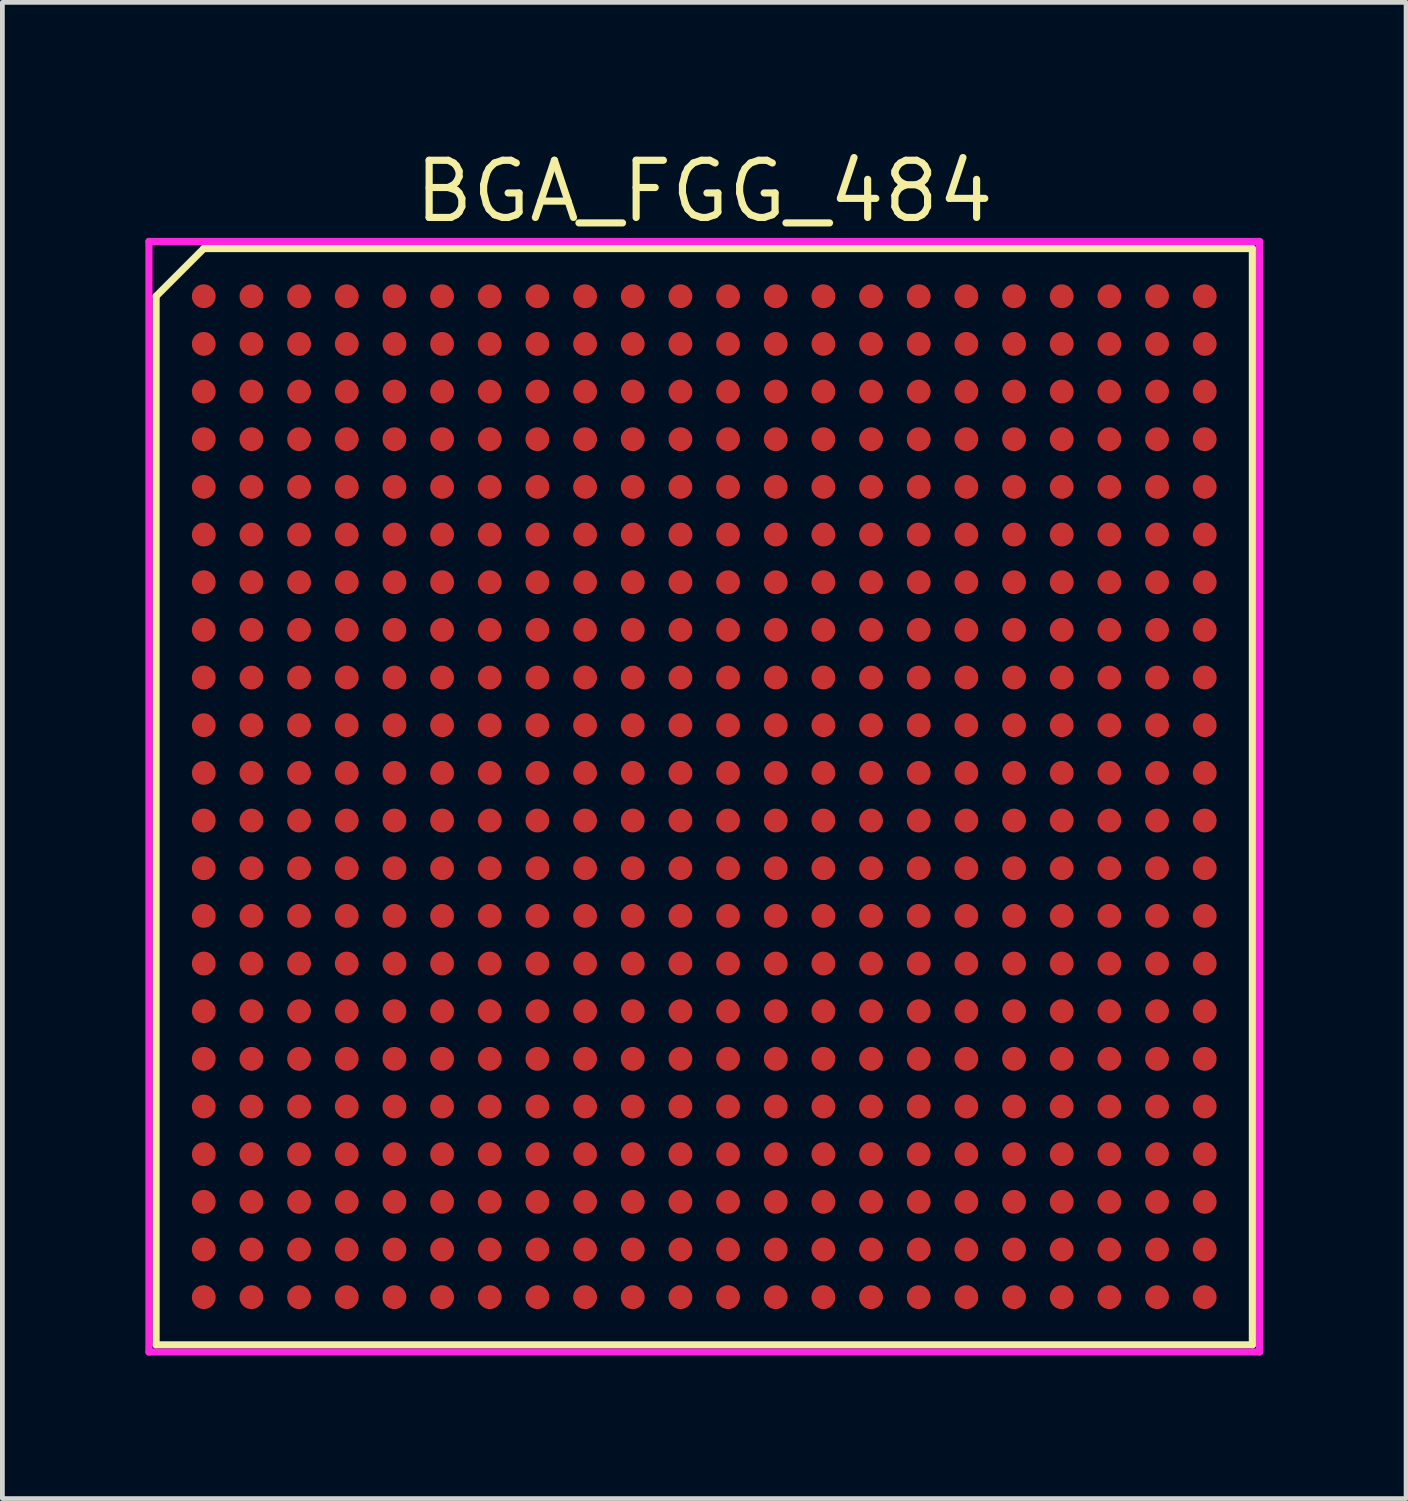
<source format=kicad_pcb>
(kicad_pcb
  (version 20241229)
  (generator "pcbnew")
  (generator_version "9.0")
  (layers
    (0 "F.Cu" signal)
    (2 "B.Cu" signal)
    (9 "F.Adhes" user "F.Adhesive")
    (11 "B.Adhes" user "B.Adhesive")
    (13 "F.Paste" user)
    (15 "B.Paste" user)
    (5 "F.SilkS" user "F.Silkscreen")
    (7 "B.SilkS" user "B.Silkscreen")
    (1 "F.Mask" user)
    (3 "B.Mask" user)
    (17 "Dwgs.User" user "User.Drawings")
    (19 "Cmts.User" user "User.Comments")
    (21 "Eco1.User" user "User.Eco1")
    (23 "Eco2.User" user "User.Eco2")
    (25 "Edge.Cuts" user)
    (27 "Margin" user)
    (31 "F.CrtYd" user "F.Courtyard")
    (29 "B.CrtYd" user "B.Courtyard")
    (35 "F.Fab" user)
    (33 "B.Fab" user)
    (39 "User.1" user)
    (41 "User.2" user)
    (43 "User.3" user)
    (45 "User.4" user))
  (footprint "BGA_FGG_484"
    (layer "F.Cu")
    (at 11.725 13.665)
    (property "Reference" "BGA_FGG_484" (at 0 -12.7 0) (layer "F.SilkS") (effects (font (size 1.2 1.2) (thickness 0.15))))
    (attr through_hole)
    (fp_line (start -11.5 -10.5) (end -11.5 11.5) (stroke (width 0.15) (type solid)) (layer "F.SilkS"))
    (fp_line (start -11.5 11.5) (end 11.5 11.5) (stroke (width 0.15) (type solid)) (layer "F.SilkS"))
    (fp_line (start -10.5 -11.5) (end -11.5 -10.5) (stroke (width 0.15) (type solid)) (layer "F.SilkS"))
    (fp_line (start 11.5 -11.5) (end -10.5 -11.5) (stroke (width 0.15) (type solid)) (layer "F.SilkS"))
    (fp_line (start 11.5 11.5) (end 11.5 -11.5) (stroke (width 0.15) (type solid)) (layer "F.SilkS"))
    (fp_line (start -11.65 -11.65) (end 11.65 -11.65) (stroke (width 0.15) (type solid)) (layer "F.CrtYd"))
    (fp_line (start -11.65 11.65) (end -11.65 -11.65) (stroke (width 0.15) (type solid)) (layer "F.CrtYd"))
    (fp_line (start 11.65 -11.65) (end 11.65 11.65) (stroke (width 0.15) (type solid)) (layer "F.CrtYd"))
    (fp_line (start 11.65 11.65) (end -11.65 11.65) (stroke (width 0.15) (type solid)) (layer "F.CrtYd"))
    (pad "A1" smd circle (at -10.5 -10.5) (size 0.5 0.5) (layers "F.Cu" "F.Mask" "F.Paste"))
    (pad "A2" smd circle (at -9.5 -10.5) (size 0.5 0.5) (layers "F.Cu" "F.Mask" "F.Paste"))
    (pad "A3" smd circle (at -8.5 -10.5) (size 0.5 0.5) (layers "F.Cu" "F.Mask" "F.Paste"))
    (pad "A4" smd circle (at -7.5 -10.5) (size 0.5 0.5) (layers "F.Cu" "F.Mask" "F.Paste"))
    (pad "A5" smd circle (at -6.5 -10.5) (size 0.5 0.5) (layers "F.Cu" "F.Mask" "F.Paste"))
    (pad "A6" smd circle (at -5.5 -10.5) (size 0.5 0.5) (layers "F.Cu" "F.Mask" "F.Paste"))
    (pad "A7" smd circle (at -4.5 -10.5) (size 0.5 0.5) (layers "F.Cu" "F.Mask" "F.Paste"))
    (pad "A8" smd circle (at -3.5 -10.5) (size 0.5 0.5) (layers "F.Cu" "F.Mask" "F.Paste"))
    (pad "A9" smd circle (at -2.5 -10.5) (size 0.5 0.5) (layers "F.Cu" "F.Mask" "F.Paste"))
    (pad "A10" smd circle (at -1.5 -10.5) (size 0.5 0.5) (layers "F.Cu" "F.Mask" "F.Paste"))
    (pad "A11" smd circle (at -0.5 -10.5) (size 0.5 0.5) (layers "F.Cu" "F.Mask" "F.Paste"))
    (pad "A12" smd circle (at 0.5 -10.5) (size 0.5 0.5) (layers "F.Cu" "F.Mask" "F.Paste"))
    (pad "A13" smd circle (at 1.5 -10.5) (size 0.5 0.5) (layers "F.Cu" "F.Mask" "F.Paste"))
    (pad "A14" smd circle (at 2.5 -10.5) (size 0.5 0.5) (layers "F.Cu" "F.Mask" "F.Paste"))
    (pad "A15" smd circle (at 3.5 -10.5) (size 0.5 0.5) (layers "F.Cu" "F.Mask" "F.Paste"))
    (pad "A16" smd circle (at 4.5 -10.5) (size 0.5 0.5) (layers "F.Cu" "F.Mask" "F.Paste"))
    (pad "A17" smd circle (at 5.5 -10.5) (size 0.5 0.5) (layers "F.Cu" "F.Mask" "F.Paste"))
    (pad "A18" smd circle (at 6.5 -10.5) (size 0.5 0.5) (layers "F.Cu" "F.Mask" "F.Paste"))
    (pad "A19" smd circle (at 7.5 -10.5) (size 0.5 0.5) (layers "F.Cu" "F.Mask" "F.Paste"))
    (pad "A20" smd circle (at 8.5 -10.5) (size 0.5 0.5) (layers "F.Cu" "F.Mask" "F.Paste"))
    (pad "A21" smd circle (at 9.5 -10.5) (size 0.5 0.5) (layers "F.Cu" "F.Mask" "F.Paste"))
    (pad "A22" smd circle (at 10.5 -10.5) (size 0.5 0.5) (layers "F.Cu" "F.Mask" "F.Paste"))
    (pad "AA1" smd circle (at -10.5 9.5) (size 0.5 0.5) (layers "F.Cu" "F.Mask" "F.Paste"))
    (pad "AA2" smd circle (at -9.5 9.5) (size 0.5 0.5) (layers "F.Cu" "F.Mask" "F.Paste"))
    (pad "AA3" smd circle (at -8.5 9.5) (size 0.5 0.5) (layers "F.Cu" "F.Mask" "F.Paste"))
    (pad "AA4" smd circle (at -7.5 9.5) (size 0.5 0.5) (layers "F.Cu" "F.Mask" "F.Paste"))
    (pad "AA5" smd circle (at -6.5 9.5) (size 0.5 0.5) (layers "F.Cu" "F.Mask" "F.Paste"))
    (pad "AA6" smd circle (at -5.5 9.5) (size 0.5 0.5) (layers "F.Cu" "F.Mask" "F.Paste"))
    (pad "AA7" smd circle (at -4.5 9.5) (size 0.5 0.5) (layers "F.Cu" "F.Mask" "F.Paste"))
    (pad "AA8" smd circle (at -3.5 9.5) (size 0.5 0.5) (layers "F.Cu" "F.Mask" "F.Paste"))
    (pad "AA9" smd circle (at -2.5 9.5) (size 0.5 0.5) (layers "F.Cu" "F.Mask" "F.Paste"))
    (pad "AA10" smd circle (at -1.5 9.5) (size 0.5 0.5) (layers "F.Cu" "F.Mask" "F.Paste"))
    (pad "AA11" smd circle (at -0.5 9.5) (size 0.5 0.5) (layers "F.Cu" "F.Mask" "F.Paste"))
    (pad "AA12" smd circle (at 0.5 9.5) (size 0.5 0.5) (layers "F.Cu" "F.Mask" "F.Paste"))
    (pad "AA13" smd circle (at 1.5 9.5) (size 0.5 0.5) (layers "F.Cu" "F.Mask" "F.Paste"))
    (pad "AA14" smd circle (at 2.5 9.5) (size 0.5 0.5) (layers "F.Cu" "F.Mask" "F.Paste"))
    (pad "AA15" smd circle (at 3.5 9.5) (size 0.5 0.5) (layers "F.Cu" "F.Mask" "F.Paste"))
    (pad "AA16" smd circle (at 4.5 9.5) (size 0.5 0.5) (layers "F.Cu" "F.Mask" "F.Paste"))
    (pad "AA17" smd circle (at 5.5 9.5) (size 0.5 0.5) (layers "F.Cu" "F.Mask" "F.Paste"))
    (pad "AA18" smd circle (at 6.5 9.5) (size 0.5 0.5) (layers "F.Cu" "F.Mask" "F.Paste"))
    (pad "AA19" smd circle (at 7.5 9.5) (size 0.5 0.5) (layers "F.Cu" "F.Mask" "F.Paste"))
    (pad "AA20" smd circle (at 8.5 9.5) (size 0.5 0.5) (layers "F.Cu" "F.Mask" "F.Paste"))
    (pad "AA21" smd circle (at 9.5 9.5) (size 0.5 0.5) (layers "F.Cu" "F.Mask" "F.Paste"))
    (pad "AA22" smd circle (at 10.5 9.5) (size 0.5 0.5) (layers "F.Cu" "F.Mask" "F.Paste"))
    (pad "AB1" smd circle (at -10.5 10.5) (size 0.5 0.5) (layers "F.Cu" "F.Mask" "F.Paste"))
    (pad "AB2" smd circle (at -9.5 10.5) (size 0.5 0.5) (layers "F.Cu" "F.Mask" "F.Paste"))
    (pad "AB3" smd circle (at -8.5 10.5) (size 0.5 0.5) (layers "F.Cu" "F.Mask" "F.Paste"))
    (pad "AB4" smd circle (at -7.5 10.5) (size 0.5 0.5) (layers "F.Cu" "F.Mask" "F.Paste"))
    (pad "AB5" smd circle (at -6.5 10.5) (size 0.5 0.5) (layers "F.Cu" "F.Mask" "F.Paste"))
    (pad "AB6" smd circle (at -5.5 10.5) (size 0.5 0.5) (layers "F.Cu" "F.Mask" "F.Paste"))
    (pad "AB7" smd circle (at -4.5 10.5) (size 0.5 0.5) (layers "F.Cu" "F.Mask" "F.Paste"))
    (pad "AB8" smd circle (at -3.5 10.5) (size 0.5 0.5) (layers "F.Cu" "F.Mask" "F.Paste"))
    (pad "AB9" smd circle (at -2.5 10.5) (size 0.5 0.5) (layers "F.Cu" "F.Mask" "F.Paste"))
    (pad "AB10" smd circle (at -1.5 10.5) (size 0.5 0.5) (layers "F.Cu" "F.Mask" "F.Paste"))
    (pad "AB11" smd circle (at -0.5 10.5) (size 0.5 0.5) (layers "F.Cu" "F.Mask" "F.Paste"))
    (pad "AB12" smd circle (at 0.5 10.5) (size 0.5 0.5) (layers "F.Cu" "F.Mask" "F.Paste"))
    (pad "AB13" smd circle (at 1.5 10.5) (size 0.5 0.5) (layers "F.Cu" "F.Mask" "F.Paste"))
    (pad "AB14" smd circle (at 2.5 10.5) (size 0.5 0.5) (layers "F.Cu" "F.Mask" "F.Paste"))
    (pad "AB15" smd circle (at 3.5 10.5) (size 0.5 0.5) (layers "F.Cu" "F.Mask" "F.Paste"))
    (pad "AB16" smd circle (at 4.5 10.5) (size 0.5 0.5) (layers "F.Cu" "F.Mask" "F.Paste"))
    (pad "AB17" smd circle (at 5.5 10.5) (size 0.5 0.5) (layers "F.Cu" "F.Mask" "F.Paste"))
    (pad "AB18" smd circle (at 6.5 10.5) (size 0.5 0.5) (layers "F.Cu" "F.Mask" "F.Paste"))
    (pad "AB19" smd circle (at 7.5 10.5) (size 0.5 0.5) (layers "F.Cu" "F.Mask" "F.Paste"))
    (pad "AB20" smd circle (at 8.5 10.5) (size 0.5 0.5) (layers "F.Cu" "F.Mask" "F.Paste"))
    (pad "AB21" smd circle (at 9.5 10.5) (size 0.5 0.5) (layers "F.Cu" "F.Mask" "F.Paste"))
    (pad "AB22" smd circle (at 10.5 10.5) (size 0.5 0.5) (layers "F.Cu" "F.Mask" "F.Paste"))
    (pad "B1" smd circle (at -10.5 -9.5) (size 0.5 0.5) (layers "F.Cu" "F.Mask" "F.Paste"))
    (pad "B2" smd circle (at -9.5 -9.5) (size 0.5 0.5) (layers "F.Cu" "F.Mask" "F.Paste"))
    (pad "B3" smd circle (at -8.5 -9.5) (size 0.5 0.5) (layers "F.Cu" "F.Mask" "F.Paste"))
    (pad "B4" smd circle (at -7.5 -9.5) (size 0.5 0.5) (layers "F.Cu" "F.Mask" "F.Paste"))
    (pad "B5" smd circle (at -6.5 -9.5) (size 0.5 0.5) (layers "F.Cu" "F.Mask" "F.Paste"))
    (pad "B6" smd circle (at -5.5 -9.5) (size 0.5 0.5) (layers "F.Cu" "F.Mask" "F.Paste"))
    (pad "B7" smd circle (at -4.5 -9.5) (size 0.5 0.5) (layers "F.Cu" "F.Mask" "F.Paste"))
    (pad "B8" smd circle (at -3.5 -9.5) (size 0.5 0.5) (layers "F.Cu" "F.Mask" "F.Paste"))
    (pad "B9" smd circle (at -2.5 -9.5) (size 0.5 0.5) (layers "F.Cu" "F.Mask" "F.Paste"))
    (pad "B10" smd circle (at -1.5 -9.5) (size 0.5 0.5) (layers "F.Cu" "F.Mask" "F.Paste"))
    (pad "B11" smd circle (at -0.5 -9.5) (size 0.5 0.5) (layers "F.Cu" "F.Mask" "F.Paste"))
    (pad "B12" smd circle (at 0.5 -9.5) (size 0.5 0.5) (layers "F.Cu" "F.Mask" "F.Paste"))
    (pad "B13" smd circle (at 1.5 -9.5) (size 0.5 0.5) (layers "F.Cu" "F.Mask" "F.Paste"))
    (pad "B14" smd circle (at 2.5 -9.5) (size 0.5 0.5) (layers "F.Cu" "F.Mask" "F.Paste"))
    (pad "B15" smd circle (at 3.5 -9.5) (size 0.5 0.5) (layers "F.Cu" "F.Mask" "F.Paste"))
    (pad "B16" smd circle (at 4.5 -9.5) (size 0.5 0.5) (layers "F.Cu" "F.Mask" "F.Paste"))
    (pad "B17" smd circle (at 5.5 -9.5) (size 0.5 0.5) (layers "F.Cu" "F.Mask" "F.Paste"))
    (pad "B18" smd circle (at 6.5 -9.5) (size 0.5 0.5) (layers "F.Cu" "F.Mask" "F.Paste"))
    (pad "B19" smd circle (at 7.5 -9.5) (size 0.5 0.5) (layers "F.Cu" "F.Mask" "F.Paste"))
    (pad "B20" smd circle (at 8.5 -9.5) (size 0.5 0.5) (layers "F.Cu" "F.Mask" "F.Paste"))
    (pad "B21" smd circle (at 9.5 -9.5) (size 0.5 0.5) (layers "F.Cu" "F.Mask" "F.Paste"))
    (pad "B22" smd circle (at 10.5 -9.5) (size 0.5 0.5) (layers "F.Cu" "F.Mask" "F.Paste"))
    (pad "C1" smd circle (at -10.5 -8.5) (size 0.5 0.5) (layers "F.Cu" "F.Mask" "F.Paste"))
    (pad "C2" smd circle (at -9.5 -8.5) (size 0.5 0.5) (layers "F.Cu" "F.Mask" "F.Paste"))
    (pad "C3" smd circle (at -8.5 -8.5) (size 0.5 0.5) (layers "F.Cu" "F.Mask" "F.Paste"))
    (pad "C4" smd circle (at -7.5 -8.5) (size 0.5 0.5) (layers "F.Cu" "F.Mask" "F.Paste"))
    (pad "C5" smd circle (at -6.5 -8.5) (size 0.5 0.5) (layers "F.Cu" "F.Mask" "F.Paste"))
    (pad "C6" smd circle (at -5.5 -8.5) (size 0.5 0.5) (layers "F.Cu" "F.Mask" "F.Paste"))
    (pad "C7" smd circle (at -4.5 -8.5) (size 0.5 0.5) (layers "F.Cu" "F.Mask" "F.Paste"))
    (pad "C8" smd circle (at -3.5 -8.5) (size 0.5 0.5) (layers "F.Cu" "F.Mask" "F.Paste"))
    (pad "C9" smd circle (at -2.5 -8.5) (size 0.5 0.5) (layers "F.Cu" "F.Mask" "F.Paste"))
    (pad "C10" smd circle (at -1.5 -8.5) (size 0.5 0.5) (layers "F.Cu" "F.Mask" "F.Paste"))
    (pad "C11" smd circle (at -0.5 -8.5) (size 0.5 0.5) (layers "F.Cu" "F.Mask" "F.Paste"))
    (pad "C12" smd circle (at 0.5 -8.5) (size 0.5 0.5) (layers "F.Cu" "F.Mask" "F.Paste"))
    (pad "C13" smd circle (at 1.5 -8.5) (size 0.5 0.5) (layers "F.Cu" "F.Mask" "F.Paste"))
    (pad "C14" smd circle (at 2.5 -8.5) (size 0.5 0.5) (layers "F.Cu" "F.Mask" "F.Paste"))
    (pad "C15" smd circle (at 3.5 -8.5) (size 0.5 0.5) (layers "F.Cu" "F.Mask" "F.Paste"))
    (pad "C16" smd circle (at 4.5 -8.5) (size 0.5 0.5) (layers "F.Cu" "F.Mask" "F.Paste"))
    (pad "C17" smd circle (at 5.5 -8.5) (size 0.5 0.5) (layers "F.Cu" "F.Mask" "F.Paste"))
    (pad "C18" smd circle (at 6.5 -8.5) (size 0.5 0.5) (layers "F.Cu" "F.Mask" "F.Paste"))
    (pad "C19" smd circle (at 7.5 -8.5) (size 0.5 0.5) (layers "F.Cu" "F.Mask" "F.Paste"))
    (pad "C20" smd circle (at 8.5 -8.5) (size 0.5 0.5) (layers "F.Cu" "F.Mask" "F.Paste"))
    (pad "C21" smd circle (at 9.5 -8.5) (size 0.5 0.5) (layers "F.Cu" "F.Mask" "F.Paste"))
    (pad "C22" smd circle (at 10.5 -8.5) (size 0.5 0.5) (layers "F.Cu" "F.Mask" "F.Paste"))
    (pad "D1" smd circle (at -10.5 -7.5) (size 0.5 0.5) (layers "F.Cu" "F.Mask" "F.Paste"))
    (pad "D2" smd circle (at -9.5 -7.5) (size 0.5 0.5) (layers "F.Cu" "F.Mask" "F.Paste"))
    (pad "D3" smd circle (at -8.5 -7.5) (size 0.5 0.5) (layers "F.Cu" "F.Mask" "F.Paste"))
    (pad "D4" smd circle (at -7.5 -7.5) (size 0.5 0.5) (layers "F.Cu" "F.Mask" "F.Paste"))
    (pad "D5" smd circle (at -6.5 -7.5) (size 0.5 0.5) (layers "F.Cu" "F.Mask" "F.Paste"))
    (pad "D6" smd circle (at -5.5 -7.5) (size 0.5 0.5) (layers "F.Cu" "F.Mask" "F.Paste"))
    (pad "D7" smd circle (at -4.5 -7.5) (size 0.5 0.5) (layers "F.Cu" "F.Mask" "F.Paste"))
    (pad "D8" smd circle (at -3.5 -7.5) (size 0.5 0.5) (layers "F.Cu" "F.Mask" "F.Paste"))
    (pad "D9" smd circle (at -2.5 -7.5) (size 0.5 0.5) (layers "F.Cu" "F.Mask" "F.Paste"))
    (pad "D10" smd circle (at -1.5 -7.5) (size 0.5 0.5) (layers "F.Cu" "F.Mask" "F.Paste"))
    (pad "D11" smd circle (at -0.5 -7.5) (size 0.5 0.5) (layers "F.Cu" "F.Mask" "F.Paste"))
    (pad "D12" smd circle (at 0.5 -7.5) (size 0.5 0.5) (layers "F.Cu" "F.Mask" "F.Paste"))
    (pad "D13" smd circle (at 1.5 -7.5) (size 0.5 0.5) (layers "F.Cu" "F.Mask" "F.Paste"))
    (pad "D14" smd circle (at 2.5 -7.5) (size 0.5 0.5) (layers "F.Cu" "F.Mask" "F.Paste"))
    (pad "D15" smd circle (at 3.5 -7.5) (size 0.5 0.5) (layers "F.Cu" "F.Mask" "F.Paste"))
    (pad "D16" smd circle (at 4.5 -7.5) (size 0.5 0.5) (layers "F.Cu" "F.Mask" "F.Paste"))
    (pad "D17" smd circle (at 5.5 -7.5) (size 0.5 0.5) (layers "F.Cu" "F.Mask" "F.Paste"))
    (pad "D18" smd circle (at 6.5 -7.5) (size 0.5 0.5) (layers "F.Cu" "F.Mask" "F.Paste"))
    (pad "D19" smd circle (at 7.5 -7.5) (size 0.5 0.5) (layers "F.Cu" "F.Mask" "F.Paste"))
    (pad "D20" smd circle (at 8.5 -7.5) (size 0.5 0.5) (layers "F.Cu" "F.Mask" "F.Paste"))
    (pad "D21" smd circle (at 9.5 -7.5) (size 0.5 0.5) (layers "F.Cu" "F.Mask" "F.Paste"))
    (pad "D22" smd circle (at 10.5 -7.5) (size 0.5 0.5) (layers "F.Cu" "F.Mask" "F.Paste"))
    (pad "E1" smd circle (at -10.5 -6.5) (size 0.5 0.5) (layers "F.Cu" "F.Mask" "F.Paste"))
    (pad "E2" smd circle (at -9.5 -6.5) (size 0.5 0.5) (layers "F.Cu" "F.Mask" "F.Paste"))
    (pad "E3" smd circle (at -8.5 -6.5) (size 0.5 0.5) (layers "F.Cu" "F.Mask" "F.Paste"))
    (pad "E4" smd circle (at -7.5 -6.5) (size 0.5 0.5) (layers "F.Cu" "F.Mask" "F.Paste"))
    (pad "E5" smd circle (at -6.5 -6.5) (size 0.5 0.5) (layers "F.Cu" "F.Mask" "F.Paste"))
    (pad "E6" smd circle (at -5.5 -6.5) (size 0.5 0.5) (layers "F.Cu" "F.Mask" "F.Paste"))
    (pad "E7" smd circle (at -4.5 -6.5) (size 0.5 0.5) (layers "F.Cu" "F.Mask" "F.Paste"))
    (pad "E8" smd circle (at -3.5 -6.5) (size 0.5 0.5) (layers "F.Cu" "F.Mask" "F.Paste"))
    (pad "E9" smd circle (at -2.5 -6.5) (size 0.5 0.5) (layers "F.Cu" "F.Mask" "F.Paste"))
    (pad "E10" smd circle (at -1.5 -6.5) (size 0.5 0.5) (layers "F.Cu" "F.Mask" "F.Paste"))
    (pad "E11" smd circle (at -0.5 -6.5) (size 0.5 0.5) (layers "F.Cu" "F.Mask" "F.Paste"))
    (pad "E12" smd circle (at 0.5 -6.5) (size 0.5 0.5) (layers "F.Cu" "F.Mask" "F.Paste"))
    (pad "E13" smd circle (at 1.5 -6.5) (size 0.5 0.5) (layers "F.Cu" "F.Mask" "F.Paste"))
    (pad "E14" smd circle (at 2.5 -6.5) (size 0.5 0.5) (layers "F.Cu" "F.Mask" "F.Paste"))
    (pad "E15" smd circle (at 3.5 -6.5) (size 0.5 0.5) (layers "F.Cu" "F.Mask" "F.Paste"))
    (pad "E16" smd circle (at 4.5 -6.5) (size 0.5 0.5) (layers "F.Cu" "F.Mask" "F.Paste"))
    (pad "E17" smd circle (at 5.5 -6.5) (size 0.5 0.5) (layers "F.Cu" "F.Mask" "F.Paste"))
    (pad "E18" smd circle (at 6.5 -6.5) (size 0.5 0.5) (layers "F.Cu" "F.Mask" "F.Paste"))
    (pad "E19" smd circle (at 7.5 -6.5) (size 0.5 0.5) (layers "F.Cu" "F.Mask" "F.Paste"))
    (pad "E20" smd circle (at 8.5 -6.5) (size 0.5 0.5) (layers "F.Cu" "F.Mask" "F.Paste"))
    (pad "E21" smd circle (at 9.5 -6.5) (size 0.5 0.5) (layers "F.Cu" "F.Mask" "F.Paste"))
    (pad "E22" smd circle (at 10.5 -6.5) (size 0.5 0.5) (layers "F.Cu" "F.Mask" "F.Paste"))
    (pad "F1" smd circle (at -10.5 -5.5) (size 0.5 0.5) (layers "F.Cu" "F.Mask" "F.Paste"))
    (pad "F2" smd circle (at -9.5 -5.5) (size 0.5 0.5) (layers "F.Cu" "F.Mask" "F.Paste"))
    (pad "F3" smd circle (at -8.5 -5.5) (size 0.5 0.5) (layers "F.Cu" "F.Mask" "F.Paste"))
    (pad "F4" smd circle (at -7.5 -5.5) (size 0.5 0.5) (layers "F.Cu" "F.Mask" "F.Paste"))
    (pad "F5" smd circle (at -6.5 -5.5) (size 0.5 0.5) (layers "F.Cu" "F.Mask" "F.Paste"))
    (pad "F6" smd circle (at -5.5 -5.5) (size 0.5 0.5) (layers "F.Cu" "F.Mask" "F.Paste"))
    (pad "F7" smd circle (at -4.5 -5.5) (size 0.5 0.5) (layers "F.Cu" "F.Mask" "F.Paste"))
    (pad "F8" smd circle (at -3.5 -5.5) (size 0.5 0.5) (layers "F.Cu" "F.Mask" "F.Paste"))
    (pad "F9" smd circle (at -2.5 -5.5) (size 0.5 0.5) (layers "F.Cu" "F.Mask" "F.Paste"))
    (pad "F10" smd circle (at -1.5 -5.5) (size 0.5 0.5) (layers "F.Cu" "F.Mask" "F.Paste"))
    (pad "F11" smd circle (at -0.5 -5.5) (size 0.5 0.5) (layers "F.Cu" "F.Mask" "F.Paste"))
    (pad "F12" smd circle (at 0.5 -5.5) (size 0.5 0.5) (layers "F.Cu" "F.Mask" "F.Paste"))
    (pad "F13" smd circle (at 1.5 -5.5) (size 0.5 0.5) (layers "F.Cu" "F.Mask" "F.Paste"))
    (pad "F14" smd circle (at 2.5 -5.5) (size 0.5 0.5) (layers "F.Cu" "F.Mask" "F.Paste"))
    (pad "F15" smd circle (at 3.5 -5.5) (size 0.5 0.5) (layers "F.Cu" "F.Mask" "F.Paste"))
    (pad "F16" smd circle (at 4.5 -5.5) (size 0.5 0.5) (layers "F.Cu" "F.Mask" "F.Paste"))
    (pad "F17" smd circle (at 5.5 -5.5) (size 0.5 0.5) (layers "F.Cu" "F.Mask" "F.Paste"))
    (pad "F18" smd circle (at 6.5 -5.5) (size 0.5 0.5) (layers "F.Cu" "F.Mask" "F.Paste"))
    (pad "F19" smd circle (at 7.5 -5.5) (size 0.5 0.5) (layers "F.Cu" "F.Mask" "F.Paste"))
    (pad "F20" smd circle (at 8.5 -5.5) (size 0.5 0.5) (layers "F.Cu" "F.Mask" "F.Paste"))
    (pad "F21" smd circle (at 9.5 -5.5) (size 0.5 0.5) (layers "F.Cu" "F.Mask" "F.Paste"))
    (pad "F22" smd circle (at 10.5 -5.5) (size 0.5 0.5) (layers "F.Cu" "F.Mask" "F.Paste"))
    (pad "G1" smd circle (at -10.5 -4.5) (size 0.5 0.5) (layers "F.Cu" "F.Mask" "F.Paste"))
    (pad "G2" smd circle (at -9.5 -4.5) (size 0.5 0.5) (layers "F.Cu" "F.Mask" "F.Paste"))
    (pad "G3" smd circle (at -8.5 -4.5) (size 0.5 0.5) (layers "F.Cu" "F.Mask" "F.Paste"))
    (pad "G4" smd circle (at -7.5 -4.5) (size 0.5 0.5) (layers "F.Cu" "F.Mask" "F.Paste"))
    (pad "G5" smd circle (at -6.5 -4.5) (size 0.5 0.5) (layers "F.Cu" "F.Mask" "F.Paste"))
    (pad "G6" smd circle (at -5.5 -4.5) (size 0.5 0.5) (layers "F.Cu" "F.Mask" "F.Paste"))
    (pad "G7" smd circle (at -4.5 -4.5) (size 0.5 0.5) (layers "F.Cu" "F.Mask" "F.Paste"))
    (pad "G8" smd circle (at -3.5 -4.5) (size 0.5 0.5) (layers "F.Cu" "F.Mask" "F.Paste"))
    (pad "G9" smd circle (at -2.5 -4.5) (size 0.5 0.5) (layers "F.Cu" "F.Mask" "F.Paste"))
    (pad "G10" smd circle (at -1.5 -4.5) (size 0.5 0.5) (layers "F.Cu" "F.Mask" "F.Paste"))
    (pad "G11" smd circle (at -0.5 -4.5) (size 0.5 0.5) (layers "F.Cu" "F.Mask" "F.Paste"))
    (pad "G12" smd circle (at 0.5 -4.5) (size 0.5 0.5) (layers "F.Cu" "F.Mask" "F.Paste"))
    (pad "G13" smd circle (at 1.5 -4.5) (size 0.5 0.5) (layers "F.Cu" "F.Mask" "F.Paste"))
    (pad "G14" smd circle (at 2.5 -4.5) (size 0.5 0.5) (layers "F.Cu" "F.Mask" "F.Paste"))
    (pad "G15" smd circle (at 3.5 -4.5) (size 0.5 0.5) (layers "F.Cu" "F.Mask" "F.Paste"))
    (pad "G16" smd circle (at 4.5 -4.5) (size 0.5 0.5) (layers "F.Cu" "F.Mask" "F.Paste"))
    (pad "G17" smd circle (at 5.5 -4.5) (size 0.5 0.5) (layers "F.Cu" "F.Mask" "F.Paste"))
    (pad "G18" smd circle (at 6.5 -4.5) (size 0.5 0.5) (layers "F.Cu" "F.Mask" "F.Paste"))
    (pad "G19" smd circle (at 7.5 -4.5) (size 0.5 0.5) (layers "F.Cu" "F.Mask" "F.Paste"))
    (pad "G20" smd circle (at 8.5 -4.5) (size 0.5 0.5) (layers "F.Cu" "F.Mask" "F.Paste"))
    (pad "G21" smd circle (at 9.5 -4.5) (size 0.5 0.5) (layers "F.Cu" "F.Mask" "F.Paste"))
    (pad "G22" smd circle (at 10.5 -4.5) (size 0.5 0.5) (layers "F.Cu" "F.Mask" "F.Paste"))
    (pad "H1" smd circle (at -10.5 -3.5) (size 0.5 0.5) (layers "F.Cu" "F.Mask" "F.Paste"))
    (pad "H2" smd circle (at -9.5 -3.5) (size 0.5 0.5) (layers "F.Cu" "F.Mask" "F.Paste"))
    (pad "H3" smd circle (at -8.5 -3.5) (size 0.5 0.5) (layers "F.Cu" "F.Mask" "F.Paste"))
    (pad "H4" smd circle (at -7.5 -3.5) (size 0.5 0.5) (layers "F.Cu" "F.Mask" "F.Paste"))
    (pad "H5" smd circle (at -6.5 -3.5) (size 0.5 0.5) (layers "F.Cu" "F.Mask" "F.Paste"))
    (pad "H6" smd circle (at -5.5 -3.5) (size 0.5 0.5) (layers "F.Cu" "F.Mask" "F.Paste"))
    (pad "H7" smd circle (at -4.5 -3.5) (size 0.5 0.5) (layers "F.Cu" "F.Mask" "F.Paste"))
    (pad "H8" smd circle (at -3.5 -3.5) (size 0.5 0.5) (layers "F.Cu" "F.Mask" "F.Paste"))
    (pad "H9" smd circle (at -2.5 -3.5) (size 0.5 0.5) (layers "F.Cu" "F.Mask" "F.Paste"))
    (pad "H10" smd circle (at -1.5 -3.5) (size 0.5 0.5) (layers "F.Cu" "F.Mask" "F.Paste"))
    (pad "H11" smd circle (at -0.5 -3.5) (size 0.5 0.5) (layers "F.Cu" "F.Mask" "F.Paste"))
    (pad "H12" smd circle (at 0.5 -3.5) (size 0.5 0.5) (layers "F.Cu" "F.Mask" "F.Paste"))
    (pad "H13" smd circle (at 1.5 -3.5) (size 0.5 0.5) (layers "F.Cu" "F.Mask" "F.Paste"))
    (pad "H14" smd circle (at 2.5 -3.5) (size 0.5 0.5) (layers "F.Cu" "F.Mask" "F.Paste"))
    (pad "H15" smd circle (at 3.5 -3.5) (size 0.5 0.5) (layers "F.Cu" "F.Mask" "F.Paste"))
    (pad "H16" smd circle (at 4.5 -3.5) (size 0.5 0.5) (layers "F.Cu" "F.Mask" "F.Paste"))
    (pad "H17" smd circle (at 5.5 -3.5) (size 0.5 0.5) (layers "F.Cu" "F.Mask" "F.Paste"))
    (pad "H18" smd circle (at 6.5 -3.5) (size 0.5 0.5) (layers "F.Cu" "F.Mask" "F.Paste"))
    (pad "H19" smd circle (at 7.5 -3.5) (size 0.5 0.5) (layers "F.Cu" "F.Mask" "F.Paste"))
    (pad "H20" smd circle (at 8.5 -3.5) (size 0.5 0.5) (layers "F.Cu" "F.Mask" "F.Paste"))
    (pad "H21" smd circle (at 9.5 -3.5) (size 0.5 0.5) (layers "F.Cu" "F.Mask" "F.Paste"))
    (pad "H22" smd circle (at 10.5 -3.5) (size 0.5 0.5) (layers "F.Cu" "F.Mask" "F.Paste"))
    (pad "J1" smd circle (at -10.5 -2.5) (size 0.5 0.5) (layers "F.Cu" "F.Mask" "F.Paste"))
    (pad "J2" smd circle (at -9.5 -2.5) (size 0.5 0.5) (layers "F.Cu" "F.Mask" "F.Paste"))
    (pad "J3" smd circle (at -8.5 -2.5) (size 0.5 0.5) (layers "F.Cu" "F.Mask" "F.Paste"))
    (pad "J4" smd circle (at -7.5 -2.5) (size 0.5 0.5) (layers "F.Cu" "F.Mask" "F.Paste"))
    (pad "J5" smd circle (at -6.5 -2.5) (size 0.5 0.5) (layers "F.Cu" "F.Mask" "F.Paste"))
    (pad "J6" smd circle (at -5.5 -2.5) (size 0.5 0.5) (layers "F.Cu" "F.Mask" "F.Paste"))
    (pad "J7" smd circle (at -4.5 -2.5) (size 0.5 0.5) (layers "F.Cu" "F.Mask" "F.Paste"))
    (pad "J8" smd circle (at -3.5 -2.5) (size 0.5 0.5) (layers "F.Cu" "F.Mask" "F.Paste"))
    (pad "J9" smd circle (at -2.5 -2.5) (size 0.5 0.5) (layers "F.Cu" "F.Mask" "F.Paste"))
    (pad "J10" smd circle (at -1.5 -2.5) (size 0.5 0.5) (layers "F.Cu" "F.Mask" "F.Paste"))
    (pad "J11" smd circle (at -0.5 -2.5) (size 0.5 0.5) (layers "F.Cu" "F.Mask" "F.Paste"))
    (pad "J12" smd circle (at 0.5 -2.5) (size 0.5 0.5) (layers "F.Cu" "F.Mask" "F.Paste"))
    (pad "J13" smd circle (at 1.5 -2.5) (size 0.5 0.5) (layers "F.Cu" "F.Mask" "F.Paste"))
    (pad "J14" smd circle (at 2.5 -2.5) (size 0.5 0.5) (layers "F.Cu" "F.Mask" "F.Paste"))
    (pad "J15" smd circle (at 3.5 -2.5) (size 0.5 0.5) (layers "F.Cu" "F.Mask" "F.Paste"))
    (pad "J16" smd circle (at 4.5 -2.5) (size 0.5 0.5) (layers "F.Cu" "F.Mask" "F.Paste"))
    (pad "J17" smd circle (at 5.5 -2.5) (size 0.5 0.5) (layers "F.Cu" "F.Mask" "F.Paste"))
    (pad "J18" smd circle (at 6.5 -2.5) (size 0.5 0.5) (layers "F.Cu" "F.Mask" "F.Paste"))
    (pad "J19" smd circle (at 7.5 -2.5) (size 0.5 0.5) (layers "F.Cu" "F.Mask" "F.Paste"))
    (pad "J20" smd circle (at 8.5 -2.5) (size 0.5 0.5) (layers "F.Cu" "F.Mask" "F.Paste"))
    (pad "J21" smd circle (at 9.5 -2.5) (size 0.5 0.5) (layers "F.Cu" "F.Mask" "F.Paste"))
    (pad "J22" smd circle (at 10.5 -2.5) (size 0.5 0.5) (layers "F.Cu" "F.Mask" "F.Paste"))
    (pad "K1" smd circle (at -10.5 -1.5) (size 0.5 0.5) (layers "F.Cu" "F.Mask" "F.Paste"))
    (pad "K2" smd circle (at -9.5 -1.5) (size 0.5 0.5) (layers "F.Cu" "F.Mask" "F.Paste"))
    (pad "K3" smd circle (at -8.5 -1.5) (size 0.5 0.5) (layers "F.Cu" "F.Mask" "F.Paste"))
    (pad "K4" smd circle (at -7.5 -1.5) (size 0.5 0.5) (layers "F.Cu" "F.Mask" "F.Paste"))
    (pad "K5" smd circle (at -6.5 -1.5) (size 0.5 0.5) (layers "F.Cu" "F.Mask" "F.Paste"))
    (pad "K6" smd circle (at -5.5 -1.5) (size 0.5 0.5) (layers "F.Cu" "F.Mask" "F.Paste"))
    (pad "K7" smd circle (at -4.5 -1.5) (size 0.5 0.5) (layers "F.Cu" "F.Mask" "F.Paste"))
    (pad "K8" smd circle (at -3.5 -1.5) (size 0.5 0.5) (layers "F.Cu" "F.Mask" "F.Paste"))
    (pad "K9" smd circle (at -2.5 -1.5) (size 0.5 0.5) (layers "F.Cu" "F.Mask" "F.Paste"))
    (pad "K10" smd circle (at -1.5 -1.5) (size 0.5 0.5) (layers "F.Cu" "F.Mask" "F.Paste"))
    (pad "K11" smd circle (at -0.5 -1.5) (size 0.5 0.5) (layers "F.Cu" "F.Mask" "F.Paste"))
    (pad "K12" smd circle (at 0.5 -1.5) (size 0.5 0.5) (layers "F.Cu" "F.Mask" "F.Paste"))
    (pad "K13" smd circle (at 1.5 -1.5) (size 0.5 0.5) (layers "F.Cu" "F.Mask" "F.Paste"))
    (pad "K14" smd circle (at 2.5 -1.5) (size 0.5 0.5) (layers "F.Cu" "F.Mask" "F.Paste"))
    (pad "K15" smd circle (at 3.5 -1.5) (size 0.5 0.5) (layers "F.Cu" "F.Mask" "F.Paste"))
    (pad "K16" smd circle (at 4.5 -1.5) (size 0.5 0.5) (layers "F.Cu" "F.Mask" "F.Paste"))
    (pad "K17" smd circle (at 5.5 -1.5) (size 0.5 0.5) (layers "F.Cu" "F.Mask" "F.Paste"))
    (pad "K18" smd circle (at 6.5 -1.5) (size 0.5 0.5) (layers "F.Cu" "F.Mask" "F.Paste"))
    (pad "K19" smd circle (at 7.5 -1.5) (size 0.5 0.5) (layers "F.Cu" "F.Mask" "F.Paste"))
    (pad "K20" smd circle (at 8.5 -1.5) (size 0.5 0.5) (layers "F.Cu" "F.Mask" "F.Paste"))
    (pad "K21" smd circle (at 9.5 -1.5) (size 0.5 0.5) (layers "F.Cu" "F.Mask" "F.Paste"))
    (pad "K22" smd circle (at 10.5 -1.5) (size 0.5 0.5) (layers "F.Cu" "F.Mask" "F.Paste"))
    (pad "L1" smd circle (at -10.5 -0.5) (size 0.5 0.5) (layers "F.Cu" "F.Mask" "F.Paste"))
    (pad "L2" smd circle (at -9.5 -0.5) (size 0.5 0.5) (layers "F.Cu" "F.Mask" "F.Paste"))
    (pad "L3" smd circle (at -8.5 -0.5) (size 0.5 0.5) (layers "F.Cu" "F.Mask" "F.Paste"))
    (pad "L4" smd circle (at -7.5 -0.5) (size 0.5 0.5) (layers "F.Cu" "F.Mask" "F.Paste"))
    (pad "L5" smd circle (at -6.5 -0.5) (size 0.5 0.5) (layers "F.Cu" "F.Mask" "F.Paste"))
    (pad "L6" smd circle (at -5.5 -0.5) (size 0.5 0.5) (layers "F.Cu" "F.Mask" "F.Paste"))
    (pad "L7" smd circle (at -4.5 -0.5) (size 0.5 0.5) (layers "F.Cu" "F.Mask" "F.Paste"))
    (pad "L8" smd circle (at -3.5 -0.5) (size 0.5 0.5) (layers "F.Cu" "F.Mask" "F.Paste"))
    (pad "L9" smd circle (at -2.5 -0.5) (size 0.5 0.5) (layers "F.Cu" "F.Mask" "F.Paste"))
    (pad "L10" smd circle (at -1.5 -0.5) (size 0.5 0.5) (layers "F.Cu" "F.Mask" "F.Paste"))
    (pad "L11" smd circle (at -0.5 -0.5) (size 0.5 0.5) (layers "F.Cu" "F.Mask" "F.Paste"))
    (pad "L12" smd circle (at 0.5 -0.5) (size 0.5 0.5) (layers "F.Cu" "F.Mask" "F.Paste"))
    (pad "L13" smd circle (at 1.5 -0.5) (size 0.5 0.5) (layers "F.Cu" "F.Mask" "F.Paste"))
    (pad "L14" smd circle (at 2.5 -0.5) (size 0.5 0.5) (layers "F.Cu" "F.Mask" "F.Paste"))
    (pad "L15" smd circle (at 3.5 -0.5) (size 0.5 0.5) (layers "F.Cu" "F.Mask" "F.Paste"))
    (pad "L16" smd circle (at 4.5 -0.5) (size 0.5 0.5) (layers "F.Cu" "F.Mask" "F.Paste"))
    (pad "L17" smd circle (at 5.5 -0.5) (size 0.5 0.5) (layers "F.Cu" "F.Mask" "F.Paste"))
    (pad "L18" smd circle (at 6.5 -0.5) (size 0.5 0.5) (layers "F.Cu" "F.Mask" "F.Paste"))
    (pad "L19" smd circle (at 7.5 -0.5) (size 0.5 0.5) (layers "F.Cu" "F.Mask" "F.Paste"))
    (pad "L20" smd circle (at 8.5 -0.5) (size 0.5 0.5) (layers "F.Cu" "F.Mask" "F.Paste"))
    (pad "L21" smd circle (at 9.5 -0.5) (size 0.5 0.5) (layers "F.Cu" "F.Mask" "F.Paste"))
    (pad "L22" smd circle (at 10.5 -0.5) (size 0.5 0.5) (layers "F.Cu" "F.Mask" "F.Paste"))
    (pad "M1" smd circle (at -10.5 0.5) (size 0.5 0.5) (layers "F.Cu" "F.Mask" "F.Paste"))
    (pad "M2" smd circle (at -9.5 0.5) (size 0.5 0.5) (layers "F.Cu" "F.Mask" "F.Paste"))
    (pad "M3" smd circle (at -8.5 0.5) (size 0.5 0.5) (layers "F.Cu" "F.Mask" "F.Paste"))
    (pad "M4" smd circle (at -7.5 0.5) (size 0.5 0.5) (layers "F.Cu" "F.Mask" "F.Paste"))
    (pad "M5" smd circle (at -6.5 0.5) (size 0.5 0.5) (layers "F.Cu" "F.Mask" "F.Paste"))
    (pad "M6" smd circle (at -5.5 0.5) (size 0.5 0.5) (layers "F.Cu" "F.Mask" "F.Paste"))
    (pad "M7" smd circle (at -4.5 0.5) (size 0.5 0.5) (layers "F.Cu" "F.Mask" "F.Paste"))
    (pad "M8" smd circle (at -3.5 0.5) (size 0.5 0.5) (layers "F.Cu" "F.Mask" "F.Paste"))
    (pad "M9" smd circle (at -2.5 0.5) (size 0.5 0.5) (layers "F.Cu" "F.Mask" "F.Paste"))
    (pad "M10" smd circle (at -1.5 0.5) (size 0.5 0.5) (layers "F.Cu" "F.Mask" "F.Paste"))
    (pad "M11" smd circle (at -0.5 0.5) (size 0.5 0.5) (layers "F.Cu" "F.Mask" "F.Paste"))
    (pad "M12" smd circle (at 0.5 0.5) (size 0.5 0.5) (layers "F.Cu" "F.Mask" "F.Paste"))
    (pad "M13" smd circle (at 1.5 0.5) (size 0.5 0.5) (layers "F.Cu" "F.Mask" "F.Paste"))
    (pad "M14" smd circle (at 2.5 0.5) (size 0.5 0.5) (layers "F.Cu" "F.Mask" "F.Paste"))
    (pad "M15" smd circle (at 3.5 0.5) (size 0.5 0.5) (layers "F.Cu" "F.Mask" "F.Paste"))
    (pad "M16" smd circle (at 4.5 0.5) (size 0.5 0.5) (layers "F.Cu" "F.Mask" "F.Paste"))
    (pad "M17" smd circle (at 5.5 0.5) (size 0.5 0.5) (layers "F.Cu" "F.Mask" "F.Paste"))
    (pad "M18" smd circle (at 6.5 0.5) (size 0.5 0.5) (layers "F.Cu" "F.Mask" "F.Paste"))
    (pad "M19" smd circle (at 7.5 0.5) (size 0.5 0.5) (layers "F.Cu" "F.Mask" "F.Paste"))
    (pad "M20" smd circle (at 8.5 0.5) (size 0.5 0.5) (layers "F.Cu" "F.Mask" "F.Paste"))
    (pad "M21" smd circle (at 9.5 0.5) (size 0.5 0.5) (layers "F.Cu" "F.Mask" "F.Paste"))
    (pad "M22" smd circle (at 10.5 0.5) (size 0.5 0.5) (layers "F.Cu" "F.Mask" "F.Paste"))
    (pad "N1" smd circle (at -10.5 1.5) (size 0.5 0.5) (layers "F.Cu" "F.Mask" "F.Paste"))
    (pad "N2" smd circle (at -9.5 1.5) (size 0.5 0.5) (layers "F.Cu" "F.Mask" "F.Paste"))
    (pad "N3" smd circle (at -8.5 1.5) (size 0.5 0.5) (layers "F.Cu" "F.Mask" "F.Paste"))
    (pad "N4" smd circle (at -7.5 1.5) (size 0.5 0.5) (layers "F.Cu" "F.Mask" "F.Paste"))
    (pad "N5" smd circle (at -6.5 1.5) (size 0.5 0.5) (layers "F.Cu" "F.Mask" "F.Paste"))
    (pad "N6" smd circle (at -5.5 1.5) (size 0.5 0.5) (layers "F.Cu" "F.Mask" "F.Paste"))
    (pad "N7" smd circle (at -4.5 1.5) (size 0.5 0.5) (layers "F.Cu" "F.Mask" "F.Paste"))
    (pad "N8" smd circle (at -3.5 1.5) (size 0.5 0.5) (layers "F.Cu" "F.Mask" "F.Paste"))
    (pad "N9" smd circle (at -2.5 1.5) (size 0.5 0.5) (layers "F.Cu" "F.Mask" "F.Paste"))
    (pad "N10" smd circle (at -1.5 1.5) (size 0.5 0.5) (layers "F.Cu" "F.Mask" "F.Paste"))
    (pad "N11" smd circle (at -0.5 1.5) (size 0.5 0.5) (layers "F.Cu" "F.Mask" "F.Paste"))
    (pad "N12" smd circle (at 0.5 1.5) (size 0.5 0.5) (layers "F.Cu" "F.Mask" "F.Paste"))
    (pad "N13" smd circle (at 1.5 1.5) (size 0.5 0.5) (layers "F.Cu" "F.Mask" "F.Paste"))
    (pad "N14" smd circle (at 2.5 1.5) (size 0.5 0.5) (layers "F.Cu" "F.Mask" "F.Paste"))
    (pad "N15" smd circle (at 3.5 1.5) (size 0.5 0.5) (layers "F.Cu" "F.Mask" "F.Paste"))
    (pad "N16" smd circle (at 4.5 1.5) (size 0.5 0.5) (layers "F.Cu" "F.Mask" "F.Paste"))
    (pad "N17" smd circle (at 5.5 1.5) (size 0.5 0.5) (layers "F.Cu" "F.Mask" "F.Paste"))
    (pad "N18" smd circle (at 6.5 1.5) (size 0.5 0.5) (layers "F.Cu" "F.Mask" "F.Paste"))
    (pad "N19" smd circle (at 7.5 1.5) (size 0.5 0.5) (layers "F.Cu" "F.Mask" "F.Paste"))
    (pad "N20" smd circle (at 8.5 1.5) (size 0.5 0.5) (layers "F.Cu" "F.Mask" "F.Paste"))
    (pad "N21" smd circle (at 9.5 1.5) (size 0.5 0.5) (layers "F.Cu" "F.Mask" "F.Paste"))
    (pad "N22" smd circle (at 10.5 1.5) (size 0.5 0.5) (layers "F.Cu" "F.Mask" "F.Paste"))
    (pad "P1" smd circle (at -10.5 2.5) (size 0.5 0.5) (layers "F.Cu" "F.Mask" "F.Paste"))
    (pad "P2" smd circle (at -9.5 2.5) (size 0.5 0.5) (layers "F.Cu" "F.Mask" "F.Paste"))
    (pad "P3" smd circle (at -8.5 2.5) (size 0.5 0.5) (layers "F.Cu" "F.Mask" "F.Paste"))
    (pad "P4" smd circle (at -7.5 2.5) (size 0.5 0.5) (layers "F.Cu" "F.Mask" "F.Paste"))
    (pad "P5" smd circle (at -6.5 2.5) (size 0.5 0.5) (layers "F.Cu" "F.Mask" "F.Paste"))
    (pad "P6" smd circle (at -5.5 2.5) (size 0.5 0.5) (layers "F.Cu" "F.Mask" "F.Paste"))
    (pad "P7" smd circle (at -4.5 2.5) (size 0.5 0.5) (layers "F.Cu" "F.Mask" "F.Paste"))
    (pad "P8" smd circle (at -3.5 2.5) (size 0.5 0.5) (layers "F.Cu" "F.Mask" "F.Paste"))
    (pad "P9" smd circle (at -2.5 2.5) (size 0.5 0.5) (layers "F.Cu" "F.Mask" "F.Paste"))
    (pad "P10" smd circle (at -1.5 2.5) (size 0.5 0.5) (layers "F.Cu" "F.Mask" "F.Paste"))
    (pad "P11" smd circle (at -0.5 2.5) (size 0.5 0.5) (layers "F.Cu" "F.Mask" "F.Paste"))
    (pad "P12" smd circle (at 0.5 2.5) (size 0.5 0.5) (layers "F.Cu" "F.Mask" "F.Paste"))
    (pad "P13" smd circle (at 1.5 2.5) (size 0.5 0.5) (layers "F.Cu" "F.Mask" "F.Paste"))
    (pad "P14" smd circle (at 2.5 2.5) (size 0.5 0.5) (layers "F.Cu" "F.Mask" "F.Paste"))
    (pad "P15" smd circle (at 3.5 2.5) (size 0.5 0.5) (layers "F.Cu" "F.Mask" "F.Paste"))
    (pad "P16" smd circle (at 4.5 2.5) (size 0.5 0.5) (layers "F.Cu" "F.Mask" "F.Paste"))
    (pad "P17" smd circle (at 5.5 2.5) (size 0.5 0.5) (layers "F.Cu" "F.Mask" "F.Paste"))
    (pad "P18" smd circle (at 6.5 2.5) (size 0.5 0.5) (layers "F.Cu" "F.Mask" "F.Paste"))
    (pad "P19" smd circle (at 7.5 2.5) (size 0.5 0.5) (layers "F.Cu" "F.Mask" "F.Paste"))
    (pad "P20" smd circle (at 8.5 2.5) (size 0.5 0.5) (layers "F.Cu" "F.Mask" "F.Paste"))
    (pad "P21" smd circle (at 9.5 2.5) (size 0.5 0.5) (layers "F.Cu" "F.Mask" "F.Paste"))
    (pad "P22" smd circle (at 10.5 2.5) (size 0.5 0.5) (layers "F.Cu" "F.Mask" "F.Paste"))
    (pad "R1" smd circle (at -10.5 3.5) (size 0.5 0.5) (layers "F.Cu" "F.Mask" "F.Paste"))
    (pad "R2" smd circle (at -9.5 3.5) (size 0.5 0.5) (layers "F.Cu" "F.Mask" "F.Paste"))
    (pad "R3" smd circle (at -8.5 3.5) (size 0.5 0.5) (layers "F.Cu" "F.Mask" "F.Paste"))
    (pad "R4" smd circle (at -7.5 3.5) (size 0.5 0.5) (layers "F.Cu" "F.Mask" "F.Paste"))
    (pad "R5" smd circle (at -6.5 3.5) (size 0.5 0.5) (layers "F.Cu" "F.Mask" "F.Paste"))
    (pad "R6" smd circle (at -5.5 3.5) (size 0.5 0.5) (layers "F.Cu" "F.Mask" "F.Paste"))
    (pad "R7" smd circle (at -4.5 3.5) (size 0.5 0.5) (layers "F.Cu" "F.Mask" "F.Paste"))
    (pad "R8" smd circle (at -3.5 3.5) (size 0.5 0.5) (layers "F.Cu" "F.Mask" "F.Paste"))
    (pad "R9" smd circle (at -2.5 3.5) (size 0.5 0.5) (layers "F.Cu" "F.Mask" "F.Paste"))
    (pad "R10" smd circle (at -1.5 3.5) (size 0.5 0.5) (layers "F.Cu" "F.Mask" "F.Paste"))
    (pad "R11" smd circle (at -0.5 3.5) (size 0.5 0.5) (layers "F.Cu" "F.Mask" "F.Paste"))
    (pad "R12" smd circle (at 0.5 3.5) (size 0.5 0.5) (layers "F.Cu" "F.Mask" "F.Paste"))
    (pad "R13" smd circle (at 1.5 3.5) (size 0.5 0.5) (layers "F.Cu" "F.Mask" "F.Paste"))
    (pad "R14" smd circle (at 2.5 3.5) (size 0.5 0.5) (layers "F.Cu" "F.Mask" "F.Paste"))
    (pad "R15" smd circle (at 3.5 3.5) (size 0.5 0.5) (layers "F.Cu" "F.Mask" "F.Paste"))
    (pad "R16" smd circle (at 4.5 3.5) (size 0.5 0.5) (layers "F.Cu" "F.Mask" "F.Paste"))
    (pad "R17" smd circle (at 5.5 3.5) (size 0.5 0.5) (layers "F.Cu" "F.Mask" "F.Paste"))
    (pad "R18" smd circle (at 6.5 3.5) (size 0.5 0.5) (layers "F.Cu" "F.Mask" "F.Paste"))
    (pad "R19" smd circle (at 7.5 3.5) (size 0.5 0.5) (layers "F.Cu" "F.Mask" "F.Paste"))
    (pad "R20" smd circle (at 8.5 3.5) (size 0.5 0.5) (layers "F.Cu" "F.Mask" "F.Paste"))
    (pad "R21" smd circle (at 9.5 3.5) (size 0.5 0.5) (layers "F.Cu" "F.Mask" "F.Paste"))
    (pad "R22" smd circle (at 10.5 3.5) (size 0.5 0.5) (layers "F.Cu" "F.Mask" "F.Paste"))
    (pad "T1" smd circle (at -10.5 4.5) (size 0.5 0.5) (layers "F.Cu" "F.Mask" "F.Paste"))
    (pad "T2" smd circle (at -9.5 4.5) (size 0.5 0.5) (layers "F.Cu" "F.Mask" "F.Paste"))
    (pad "T3" smd circle (at -8.5 4.5) (size 0.5 0.5) (layers "F.Cu" "F.Mask" "F.Paste"))
    (pad "T4" smd circle (at -7.5 4.5) (size 0.5 0.5) (layers "F.Cu" "F.Mask" "F.Paste"))
    (pad "T5" smd circle (at -6.5 4.5) (size 0.5 0.5) (layers "F.Cu" "F.Mask" "F.Paste"))
    (pad "T6" smd circle (at -5.5 4.5) (size 0.5 0.5) (layers "F.Cu" "F.Mask" "F.Paste"))
    (pad "T7" smd circle (at -4.5 4.5) (size 0.5 0.5) (layers "F.Cu" "F.Mask" "F.Paste"))
    (pad "T8" smd circle (at -3.5 4.5) (size 0.5 0.5) (layers "F.Cu" "F.Mask" "F.Paste"))
    (pad "T9" smd circle (at -2.5 4.5) (size 0.5 0.5) (layers "F.Cu" "F.Mask" "F.Paste"))
    (pad "T10" smd circle (at -1.5 4.5) (size 0.5 0.5) (layers "F.Cu" "F.Mask" "F.Paste"))
    (pad "T11" smd circle (at -0.5 4.5) (size 0.5 0.5) (layers "F.Cu" "F.Mask" "F.Paste"))
    (pad "T12" smd circle (at 0.5 4.5) (size 0.5 0.5) (layers "F.Cu" "F.Mask" "F.Paste"))
    (pad "T13" smd circle (at 1.5 4.5) (size 0.5 0.5) (layers "F.Cu" "F.Mask" "F.Paste"))
    (pad "T14" smd circle (at 2.5 4.5) (size 0.5 0.5) (layers "F.Cu" "F.Mask" "F.Paste"))
    (pad "T15" smd circle (at 3.5 4.5) (size 0.5 0.5) (layers "F.Cu" "F.Mask" "F.Paste"))
    (pad "T16" smd circle (at 4.5 4.5) (size 0.5 0.5) (layers "F.Cu" "F.Mask" "F.Paste"))
    (pad "T17" smd circle (at 5.5 4.5) (size 0.5 0.5) (layers "F.Cu" "F.Mask" "F.Paste"))
    (pad "T18" smd circle (at 6.5 4.5) (size 0.5 0.5) (layers "F.Cu" "F.Mask" "F.Paste"))
    (pad "T19" smd circle (at 7.5 4.5) (size 0.5 0.5) (layers "F.Cu" "F.Mask" "F.Paste"))
    (pad "T20" smd circle (at 8.5 4.5) (size 0.5 0.5) (layers "F.Cu" "F.Mask" "F.Paste"))
    (pad "T21" smd circle (at 9.5 4.5) (size 0.5 0.5) (layers "F.Cu" "F.Mask" "F.Paste"))
    (pad "T22" smd circle (at 10.5 4.5) (size 0.5 0.5) (layers "F.Cu" "F.Mask" "F.Paste"))
    (pad "U1" smd circle (at -10.5 5.5) (size 0.5 0.5) (layers "F.Cu" "F.Mask" "F.Paste"))
    (pad "U2" smd circle (at -9.5 5.5) (size 0.5 0.5) (layers "F.Cu" "F.Mask" "F.Paste"))
    (pad "U3" smd circle (at -8.5 5.5) (size 0.5 0.5) (layers "F.Cu" "F.Mask" "F.Paste"))
    (pad "U4" smd circle (at -7.5 5.5) (size 0.5 0.5) (layers "F.Cu" "F.Mask" "F.Paste"))
    (pad "U5" smd circle (at -6.5 5.5) (size 0.5 0.5) (layers "F.Cu" "F.Mask" "F.Paste"))
    (pad "U6" smd circle (at -5.5 5.5) (size 0.5 0.5) (layers "F.Cu" "F.Mask" "F.Paste"))
    (pad "U7" smd circle (at -4.5 5.5) (size 0.5 0.5) (layers "F.Cu" "F.Mask" "F.Paste"))
    (pad "U8" smd circle (at -3.5 5.5) (size 0.5 0.5) (layers "F.Cu" "F.Mask" "F.Paste"))
    (pad "U9" smd circle (at -2.5 5.5) (size 0.5 0.5) (layers "F.Cu" "F.Mask" "F.Paste"))
    (pad "U10" smd circle (at -1.5 5.5) (size 0.5 0.5) (layers "F.Cu" "F.Mask" "F.Paste"))
    (pad "U11" smd circle (at -0.5 5.5) (size 0.5 0.5) (layers "F.Cu" "F.Mask" "F.Paste"))
    (pad "U12" smd circle (at 0.5 5.5) (size 0.5 0.5) (layers "F.Cu" "F.Mask" "F.Paste"))
    (pad "U13" smd circle (at 1.5 5.5) (size 0.5 0.5) (layers "F.Cu" "F.Mask" "F.Paste"))
    (pad "U14" smd circle (at 2.5 5.5) (size 0.5 0.5) (layers "F.Cu" "F.Mask" "F.Paste"))
    (pad "U15" smd circle (at 3.5 5.5) (size 0.5 0.5) (layers "F.Cu" "F.Mask" "F.Paste"))
    (pad "U16" smd circle (at 4.5 5.5) (size 0.5 0.5) (layers "F.Cu" "F.Mask" "F.Paste"))
    (pad "U17" smd circle (at 5.5 5.5) (size 0.5 0.5) (layers "F.Cu" "F.Mask" "F.Paste"))
    (pad "U18" smd circle (at 6.5 5.5) (size 0.5 0.5) (layers "F.Cu" "F.Mask" "F.Paste"))
    (pad "U19" smd circle (at 7.5 5.5) (size 0.5 0.5) (layers "F.Cu" "F.Mask" "F.Paste"))
    (pad "U20" smd circle (at 8.5 5.5) (size 0.5 0.5) (layers "F.Cu" "F.Mask" "F.Paste"))
    (pad "U21" smd circle (at 9.5 5.5) (size 0.5 0.5) (layers "F.Cu" "F.Mask" "F.Paste"))
    (pad "U22" smd circle (at 10.5 5.5) (size 0.5 0.5) (layers "F.Cu" "F.Mask" "F.Paste"))
    (pad "V1" smd circle (at -10.5 6.5) (size 0.5 0.5) (layers "F.Cu" "F.Mask" "F.Paste"))
    (pad "V2" smd circle (at -9.5 6.5) (size 0.5 0.5) (layers "F.Cu" "F.Mask" "F.Paste"))
    (pad "V3" smd circle (at -8.5 6.5) (size 0.5 0.5) (layers "F.Cu" "F.Mask" "F.Paste"))
    (pad "V4" smd circle (at -7.5 6.5) (size 0.5 0.5) (layers "F.Cu" "F.Mask" "F.Paste"))
    (pad "V5" smd circle (at -6.5 6.5) (size 0.5 0.5) (layers "F.Cu" "F.Mask" "F.Paste"))
    (pad "V6" smd circle (at -5.5 6.5) (size 0.5 0.5) (layers "F.Cu" "F.Mask" "F.Paste"))
    (pad "V7" smd circle (at -4.5 6.5) (size 0.5 0.5) (layers "F.Cu" "F.Mask" "F.Paste"))
    (pad "V8" smd circle (at -3.5 6.5) (size 0.5 0.5) (layers "F.Cu" "F.Mask" "F.Paste"))
    (pad "V9" smd circle (at -2.5 6.5) (size 0.5 0.5) (layers "F.Cu" "F.Mask" "F.Paste"))
    (pad "V10" smd circle (at -1.5 6.5) (size 0.5 0.5) (layers "F.Cu" "F.Mask" "F.Paste"))
    (pad "V11" smd circle (at -0.5 6.5) (size 0.5 0.5) (layers "F.Cu" "F.Mask" "F.Paste"))
    (pad "V12" smd circle (at 0.5 6.5) (size 0.5 0.5) (layers "F.Cu" "F.Mask" "F.Paste"))
    (pad "V13" smd circle (at 1.5 6.5) (size 0.5 0.5) (layers "F.Cu" "F.Mask" "F.Paste"))
    (pad "V14" smd circle (at 2.5 6.5) (size 0.5 0.5) (layers "F.Cu" "F.Mask" "F.Paste"))
    (pad "V15" smd circle (at 3.5 6.5) (size 0.5 0.5) (layers "F.Cu" "F.Mask" "F.Paste"))
    (pad "V16" smd circle (at 4.5 6.5) (size 0.5 0.5) (layers "F.Cu" "F.Mask" "F.Paste"))
    (pad "V17" smd circle (at 5.5 6.5) (size 0.5 0.5) (layers "F.Cu" "F.Mask" "F.Paste"))
    (pad "V18" smd circle (at 6.5 6.5) (size 0.5 0.5) (layers "F.Cu" "F.Mask" "F.Paste"))
    (pad "V19" smd circle (at 7.5 6.5) (size 0.5 0.5) (layers "F.Cu" "F.Mask" "F.Paste"))
    (pad "V20" smd circle (at 8.5 6.5) (size 0.5 0.5) (layers "F.Cu" "F.Mask" "F.Paste"))
    (pad "V21" smd circle (at 9.5 6.5) (size 0.5 0.5) (layers "F.Cu" "F.Mask" "F.Paste"))
    (pad "V22" smd circle (at 10.5 6.5) (size 0.5 0.5) (layers "F.Cu" "F.Mask" "F.Paste"))
    (pad "W1" smd circle (at -10.5 7.5) (size 0.5 0.5) (layers "F.Cu" "F.Mask" "F.Paste"))
    (pad "W2" smd circle (at -9.5 7.5) (size 0.5 0.5) (layers "F.Cu" "F.Mask" "F.Paste"))
    (pad "W3" smd circle (at -8.5 7.5) (size 0.5 0.5) (layers "F.Cu" "F.Mask" "F.Paste"))
    (pad "W4" smd circle (at -7.5 7.5) (size 0.5 0.5) (layers "F.Cu" "F.Mask" "F.Paste"))
    (pad "W5" smd circle (at -6.5 7.5) (size 0.5 0.5) (layers "F.Cu" "F.Mask" "F.Paste"))
    (pad "W6" smd circle (at -5.5 7.5) (size 0.5 0.5) (layers "F.Cu" "F.Mask" "F.Paste"))
    (pad "W7" smd circle (at -4.5 7.5) (size 0.5 0.5) (layers "F.Cu" "F.Mask" "F.Paste"))
    (pad "W8" smd circle (at -3.5 7.5) (size 0.5 0.5) (layers "F.Cu" "F.Mask" "F.Paste"))
    (pad "W9" smd circle (at -2.5 7.5) (size 0.5 0.5) (layers "F.Cu" "F.Mask" "F.Paste"))
    (pad "W10" smd circle (at -1.5 7.5) (size 0.5 0.5) (layers "F.Cu" "F.Mask" "F.Paste"))
    (pad "W11" smd circle (at -0.5 7.5) (size 0.5 0.5) (layers "F.Cu" "F.Mask" "F.Paste"))
    (pad "W12" smd circle (at 0.5 7.5) (size 0.5 0.5) (layers "F.Cu" "F.Mask" "F.Paste"))
    (pad "W13" smd circle (at 1.5 7.5) (size 0.5 0.5) (layers "F.Cu" "F.Mask" "F.Paste"))
    (pad "W14" smd circle (at 2.5 7.5) (size 0.5 0.5) (layers "F.Cu" "F.Mask" "F.Paste"))
    (pad "W15" smd circle (at 3.5 7.5) (size 0.5 0.5) (layers "F.Cu" "F.Mask" "F.Paste"))
    (pad "W16" smd circle (at 4.5 7.5) (size 0.5 0.5) (layers "F.Cu" "F.Mask" "F.Paste"))
    (pad "W17" smd circle (at 5.5 7.5) (size 0.5 0.5) (layers "F.Cu" "F.Mask" "F.Paste"))
    (pad "W18" smd circle (at 6.5 7.5) (size 0.5 0.5) (layers "F.Cu" "F.Mask" "F.Paste"))
    (pad "W19" smd circle (at 7.5 7.5) (size 0.5 0.5) (layers "F.Cu" "F.Mask" "F.Paste"))
    (pad "W20" smd circle (at 8.5 7.5) (size 0.5 0.5) (layers "F.Cu" "F.Mask" "F.Paste"))
    (pad "W21" smd circle (at 9.5 7.5) (size 0.5 0.5) (layers "F.Cu" "F.Mask" "F.Paste"))
    (pad "W22" smd circle (at 10.5 7.5) (size 0.5 0.5) (layers "F.Cu" "F.Mask" "F.Paste"))
    (pad "Y1" smd circle (at -10.5 8.5) (size 0.5 0.5) (layers "F.Cu" "F.Mask" "F.Paste"))
    (pad "Y2" smd circle (at -9.5 8.5) (size 0.5 0.5) (layers "F.Cu" "F.Mask" "F.Paste"))
    (pad "Y3" smd circle (at -8.5 8.5) (size 0.5 0.5) (layers "F.Cu" "F.Mask" "F.Paste"))
    (pad "Y4" smd circle (at -7.5 8.5) (size 0.5 0.5) (layers "F.Cu" "F.Mask" "F.Paste"))
    (pad "Y5" smd circle (at -6.5 8.5) (size 0.5 0.5) (layers "F.Cu" "F.Mask" "F.Paste"))
    (pad "Y6" smd circle (at -5.5 8.5) (size 0.5 0.5) (layers "F.Cu" "F.Mask" "F.Paste"))
    (pad "Y7" smd circle (at -4.5 8.5) (size 0.5 0.5) (layers "F.Cu" "F.Mask" "F.Paste"))
    (pad "Y8" smd circle (at -3.5 8.5) (size 0.5 0.5) (layers "F.Cu" "F.Mask" "F.Paste"))
    (pad "Y9" smd circle (at -2.5 8.5) (size 0.5 0.5) (layers "F.Cu" "F.Mask" "F.Paste"))
    (pad "Y10" smd circle (at -1.5 8.5) (size 0.5 0.5) (layers "F.Cu" "F.Mask" "F.Paste"))
    (pad "Y11" smd circle (at -0.5 8.5) (size 0.5 0.5) (layers "F.Cu" "F.Mask" "F.Paste"))
    (pad "Y12" smd circle (at 0.5 8.5) (size 0.5 0.5) (layers "F.Cu" "F.Mask" "F.Paste"))
    (pad "Y13" smd circle (at 1.5 8.5) (size 0.5 0.5) (layers "F.Cu" "F.Mask" "F.Paste"))
    (pad "Y14" smd circle (at 2.5 8.5) (size 0.5 0.5) (layers "F.Cu" "F.Mask" "F.Paste"))
    (pad "Y15" smd circle (at 3.5 8.5) (size 0.5 0.5) (layers "F.Cu" "F.Mask" "F.Paste"))
    (pad "Y16" smd circle (at 4.5 8.5) (size 0.5 0.5) (layers "F.Cu" "F.Mask" "F.Paste"))
    (pad "Y17" smd circle (at 5.5 8.5) (size 0.5 0.5) (layers "F.Cu" "F.Mask" "F.Paste"))
    (pad "Y18" smd circle (at 6.5 8.5) (size 0.5 0.5) (layers "F.Cu" "F.Mask" "F.Paste"))
    (pad "Y19" smd circle (at 7.5 8.5) (size 0.5 0.5) (layers "F.Cu" "F.Mask" "F.Paste"))
    (pad "Y20" smd circle (at 8.5 8.5) (size 0.5 0.5) (layers "F.Cu" "F.Mask" "F.Paste"))
    (pad "Y21" smd circle (at 9.5 8.5) (size 0.5 0.5) (layers "F.Cu" "F.Mask" "F.Paste"))
    (pad "Y22" smd circle (at 10.5 8.5) (size 0.5 0.5) (layers "F.Cu" "F.Mask" "F.Paste")))
  (gr_rect
    (start -3 -3)
    (end 26.45 28.39)
    (stroke (width 0.1) (type default))
    (fill no)
    (layer "Edge.Cuts")))
</source>
